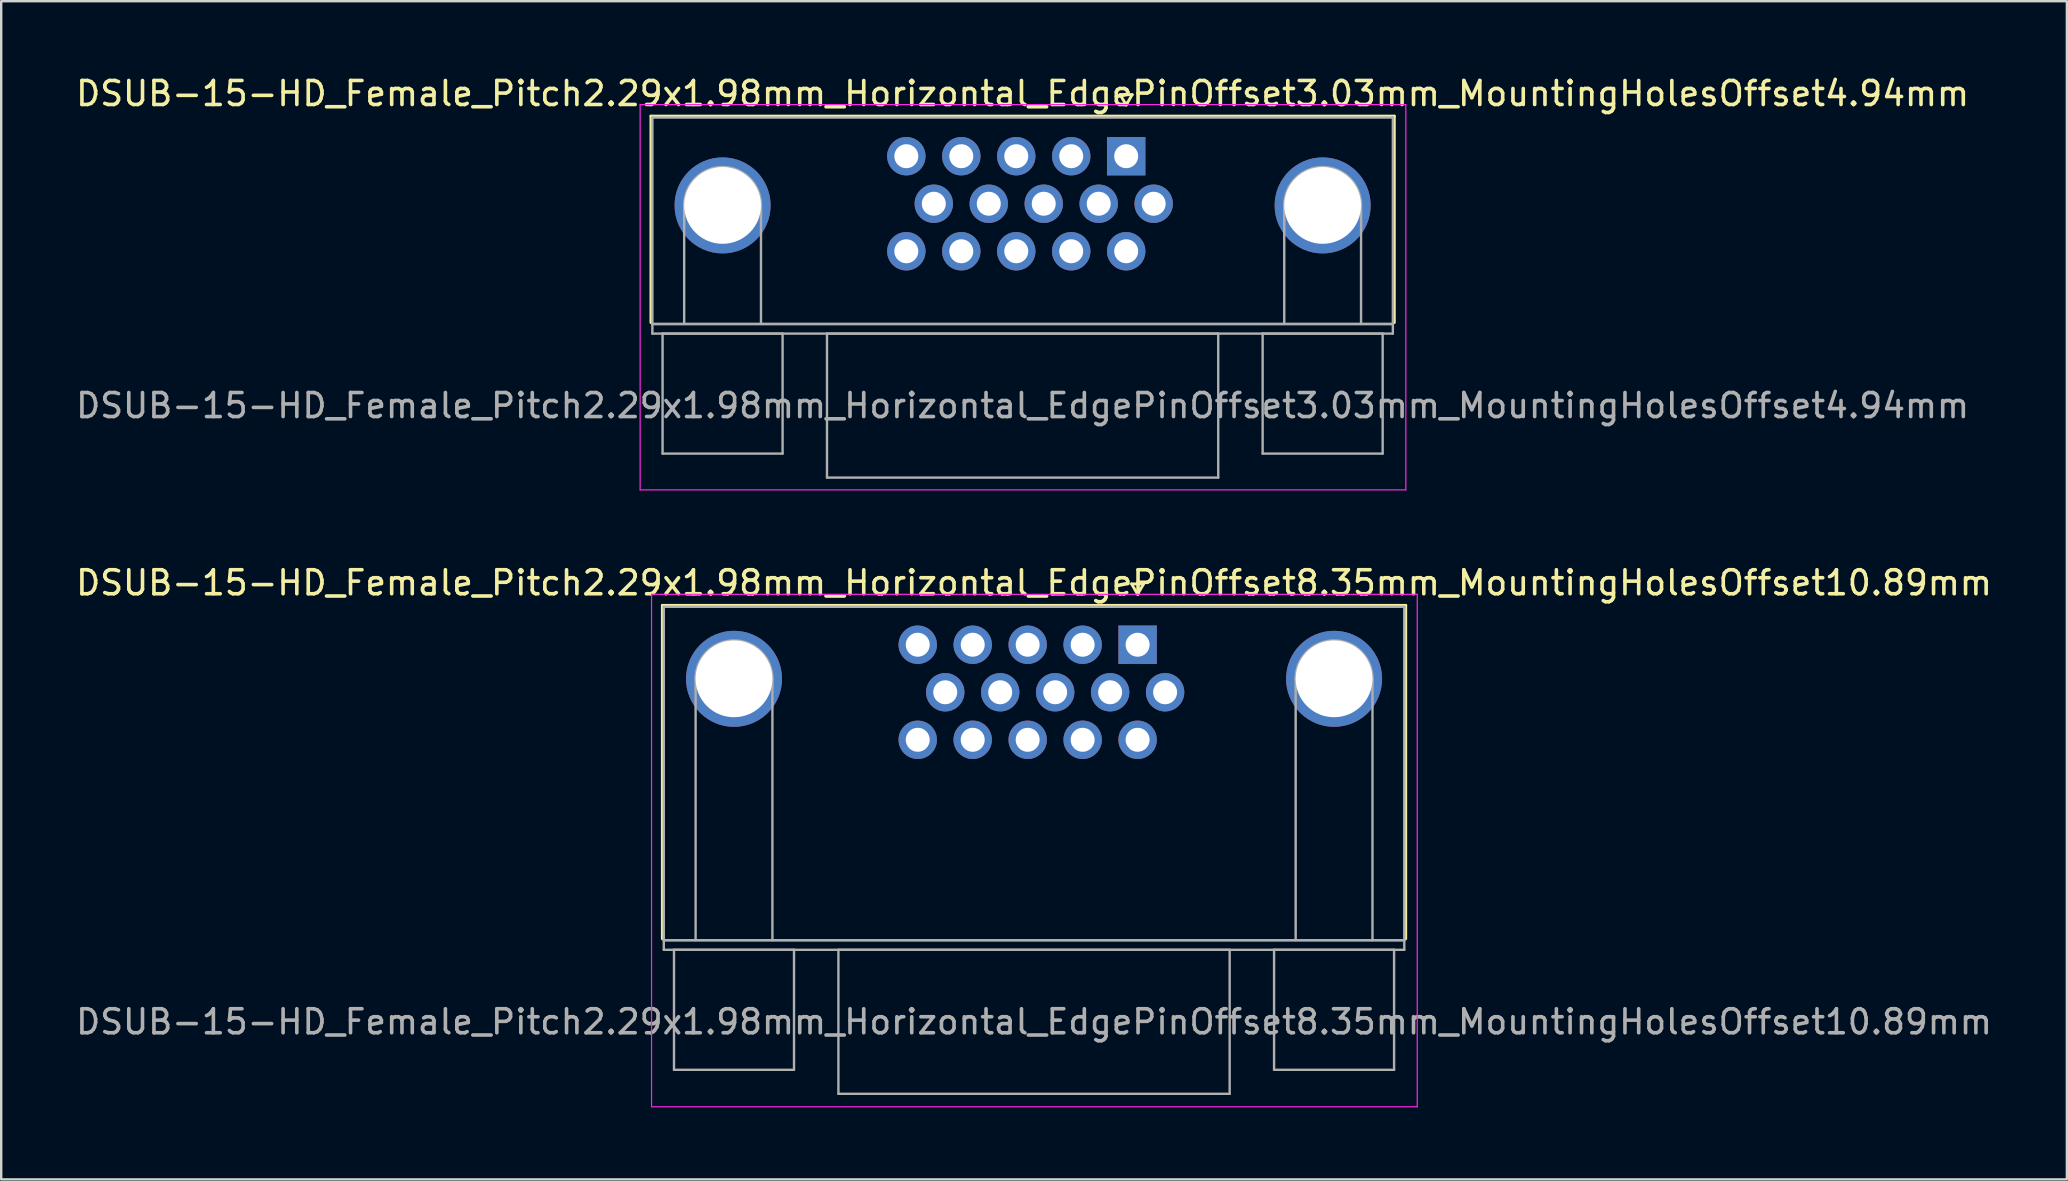
<source format=kicad_pcb>
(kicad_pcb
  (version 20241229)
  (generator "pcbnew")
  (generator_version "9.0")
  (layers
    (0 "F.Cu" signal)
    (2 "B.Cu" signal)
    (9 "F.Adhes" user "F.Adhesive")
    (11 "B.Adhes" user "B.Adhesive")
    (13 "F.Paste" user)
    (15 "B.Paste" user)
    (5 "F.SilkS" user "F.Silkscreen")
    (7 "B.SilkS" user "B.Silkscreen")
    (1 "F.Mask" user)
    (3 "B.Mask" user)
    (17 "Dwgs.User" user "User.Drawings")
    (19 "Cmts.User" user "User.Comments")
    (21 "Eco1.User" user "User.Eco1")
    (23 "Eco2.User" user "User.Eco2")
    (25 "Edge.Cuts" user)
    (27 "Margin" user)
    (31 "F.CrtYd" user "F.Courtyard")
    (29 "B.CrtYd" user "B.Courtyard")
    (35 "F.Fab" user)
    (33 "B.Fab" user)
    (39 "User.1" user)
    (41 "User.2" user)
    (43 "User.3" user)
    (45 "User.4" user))
  (footprint "DSUB-15-HD_Female_Pitch2.29x1.98mm_Horizontal_EdgePinOffset8.35mm_MountingHolesOffset10.89mm"
    (layer "F.Cu")
    (at 44.345 23.811)
    (property "Reference" "DSUB-15-HD_Female_Pitch2.29x1.98mm_Horizontal_EdgePinOffset8.35mm_MountingHolesOffset10.89mm" (at -4.315 -2.58 0) (layer "F.SilkS") (effects (font (size 1 1) (thickness 0.15))))
    (attr through_hole)
    (fp_line (start -19.8 -1.64) (end 11.17 -1.64) (stroke (width 0.12) (type solid)) (layer "F.SilkS"))
    (fp_line (start -19.8 12.25) (end -19.8 -1.64) (stroke (width 0.12) (type solid)) (layer "F.SilkS"))
    (fp_line (start -0.25 -2.534) (end 0.25 -2.534) (stroke (width 0.12) (type solid)) (layer "F.SilkS"))
    (fp_line (start 0 -2.101) (end -0.25 -2.534) (stroke (width 0.12) (type solid)) (layer "F.SilkS"))
    (fp_line (start 0.25 -2.534) (end 0 -2.101) (stroke (width 0.12) (type solid)) (layer "F.SilkS"))
    (fp_line (start 11.17 -1.64) (end 11.17 12.25) (stroke (width 0.12) (type solid)) (layer "F.SilkS"))
    (fp_line (start -20.25 -2.1) (end -20.25 19.25) (stroke (width 0.05) (type solid)) (layer "F.CrtYd"))
    (fp_line (start -20.25 19.25) (end 11.65 19.25) (stroke (width 0.05) (type solid)) (layer "F.CrtYd"))
    (fp_line (start 11.65 -2.1) (end -20.25 -2.1) (stroke (width 0.05) (type solid)) (layer "F.CrtYd"))
    (fp_line (start 11.65 19.25) (end 11.65 -2.1) (stroke (width 0.05) (type solid)) (layer "F.CrtYd"))
    (fp_line (start -19.74 -1.58) (end -19.74 12.31) (stroke (width 0.1) (type solid)) (layer "F.Fab"))
    (fp_line (start -19.74 12.31) (end -19.74 12.71) (stroke (width 0.1) (type solid)) (layer "F.Fab"))
    (fp_line (start -19.74 12.31) (end 11.11 12.31) (stroke (width 0.1) (type solid)) (layer "F.Fab"))
    (fp_line (start -19.74 12.71) (end 11.11 12.71) (stroke (width 0.1) (type solid)) (layer "F.Fab"))
    (fp_line (start -19.315 12.71) (end -19.315 17.71) (stroke (width 0.1) (type solid)) (layer "F.Fab"))
    (fp_line (start -19.315 17.71) (end -14.315 17.71) (stroke (width 0.1) (type solid)) (layer "F.Fab"))
    (fp_line (start -18.415 12.31) (end -18.415 1.42) (stroke (width 0.1) (type solid)) (layer "F.Fab"))
    (fp_line (start -15.215 12.31) (end -15.215 1.42) (stroke (width 0.1) (type solid)) (layer "F.Fab"))
    (fp_line (start -14.315 12.71) (end -19.315 12.71) (stroke (width 0.1) (type solid)) (layer "F.Fab"))
    (fp_line (start -14.315 17.71) (end -14.315 12.71) (stroke (width 0.1) (type solid)) (layer "F.Fab"))
    (fp_line (start -12.465 12.71) (end -12.465 18.71) (stroke (width 0.1) (type solid)) (layer "F.Fab"))
    (fp_line (start -12.465 18.71) (end 3.835 18.71) (stroke (width 0.1) (type solid)) (layer "F.Fab"))
    (fp_line (start 3.835 12.71) (end -12.465 12.71) (stroke (width 0.1) (type solid)) (layer "F.Fab"))
    (fp_line (start 3.835 18.71) (end 3.835 12.71) (stroke (width 0.1) (type solid)) (layer "F.Fab"))
    (fp_line (start 5.685 12.71) (end 5.685 17.71) (stroke (width 0.1) (type solid)) (layer "F.Fab"))
    (fp_line (start 5.685 17.71) (end 10.685 17.71) (stroke (width 0.1) (type solid)) (layer "F.Fab"))
    (fp_line (start 6.585 12.31) (end 6.585 1.42) (stroke (width 0.1) (type solid)) (layer "F.Fab"))
    (fp_line (start 9.785 12.31) (end 9.785 1.42) (stroke (width 0.1) (type solid)) (layer "F.Fab"))
    (fp_line (start 10.685 12.71) (end 5.685 12.71) (stroke (width 0.1) (type solid)) (layer "F.Fab"))
    (fp_line (start 10.685 17.71) (end 10.685 12.71) (stroke (width 0.1) (type solid)) (layer "F.Fab"))
    (fp_line (start 11.11 -1.58) (end -19.74 -1.58) (stroke (width 0.1) (type solid)) (layer "F.Fab"))
    (fp_line (start 11.11 12.31) (end -19.74 12.31) (stroke (width 0.1) (type solid)) (layer "F.Fab"))
    (fp_line (start 11.11 12.31) (end 11.11 -1.58) (stroke (width 0.1) (type solid)) (layer "F.Fab"))
    (fp_line (start 11.11 12.71) (end 11.11 12.31) (stroke (width 0.1) (type solid)) (layer "F.Fab"))
    (fp_arc (start -18.415 1.42) (mid -16.815 -0.18) (end -15.215 1.42) (stroke (width 0.1) (type solid)) (layer "F.Fab"))
    (fp_arc (start 6.585 1.42) (mid 8.185 -0.18) (end 9.785 1.42) (stroke (width 0.1) (type solid)) (layer "F.Fab"))
    (fp_text user "${REFERENCE}" (at -4.315 15.71 0) (layer "F.Fab") (effects (font (size 1 1) (thickness 0.15))))
    (pad "0" thru_hole circle (at -16.815 1.42) (size 4 4) (drill 3.2) (layers "*.Cu" "*.Mask"))
    (pad "0" thru_hole circle (at 8.185 1.42) (size 4 4) (drill 3.2) (layers "*.Cu" "*.Mask"))
    (pad "1" thru_hole rect (at 0 0) (size 1.6 1.6) (drill 1) (layers "*.Cu" "*.Mask"))
    (pad "2" thru_hole circle (at -2.29 0) (size 1.6 1.6) (drill 1) (layers "*.Cu" "*.Mask"))
    (pad "3" thru_hole circle (at -4.58 0) (size 1.6 1.6) (drill 1) (layers "*.Cu" "*.Mask"))
    (pad "4" thru_hole circle (at -6.87 0) (size 1.6 1.6) (drill 1) (layers "*.Cu" "*.Mask"))
    (pad "5" thru_hole circle (at -9.16 0) (size 1.6 1.6) (drill 1) (layers "*.Cu" "*.Mask"))
    (pad "6" thru_hole circle (at 1.145 1.98) (size 1.6 1.6) (drill 1) (layers "*.Cu" "*.Mask"))
    (pad "7" thru_hole circle (at -1.145 1.98) (size 1.6 1.6) (drill 1) (layers "*.Cu" "*.Mask"))
    (pad "8" thru_hole circle (at -3.435 1.98) (size 1.6 1.6) (drill 1) (layers "*.Cu" "*.Mask"))
    (pad "9" thru_hole circle (at -5.725 1.98) (size 1.6 1.6) (drill 1) (layers "*.Cu" "*.Mask"))
    (pad "10" thru_hole circle (at -8.015 1.98) (size 1.6 1.6) (drill 1) (layers "*.Cu" "*.Mask"))
    (pad "11" thru_hole circle (at 0 3.96) (size 1.6 1.6) (drill 1) (layers "*.Cu" "*.Mask"))
    (pad "12" thru_hole circle (at -2.29 3.96) (size 1.6 1.6) (drill 1) (layers "*.Cu" "*.Mask"))
    (pad "13" thru_hole circle (at -4.58 3.96) (size 1.6 1.6) (drill 1) (layers "*.Cu" "*.Mask"))
    (pad "14" thru_hole circle (at -6.87 3.96) (size 1.6 1.6) (drill 1) (layers "*.Cu" "*.Mask"))
    (pad "15" thru_hole circle (at -9.16 3.96) (size 1.6 1.6) (drill 1) (layers "*.Cu" "*.Mask")))
  (footprint "DSUB-15-HD_Female_Pitch2.29x1.98mm_Horizontal_EdgePinOffset3.03mm_MountingHolesOffset4.94mm"
    (layer "F.Cu")
    (at 43.869 3.458)
    (property "Reference" "DSUB-15-HD_Female_Pitch2.29x1.98mm_Horizontal_EdgePinOffset3.03mm_MountingHolesOffset4.94mm" (at -4.315 -2.61 0) (layer "F.SilkS") (effects (font (size 1 1) (thickness 0.15))))
    (attr through_hole)
    (fp_line (start -19.8 -1.67) (end 11.17 -1.67) (stroke (width 0.12) (type solid)) (layer "F.SilkS"))
    (fp_line (start -19.8 6.93) (end -19.8 -1.67) (stroke (width 0.12) (type solid)) (layer "F.SilkS"))
    (fp_line (start -0.25 -2.564) (end 0.25 -2.564) (stroke (width 0.12) (type solid)) (layer "F.SilkS"))
    (fp_line (start 0 -2.131) (end -0.25 -2.564) (stroke (width 0.12) (type solid)) (layer "F.SilkS"))
    (fp_line (start 0.25 -2.564) (end 0 -2.131) (stroke (width 0.12) (type solid)) (layer "F.SilkS"))
    (fp_line (start 11.17 -1.67) (end 11.17 6.93) (stroke (width 0.12) (type solid)) (layer "F.SilkS"))
    (fp_line (start -20.25 -2.15) (end -20.25 13.9) (stroke (width 0.05) (type solid)) (layer "F.CrtYd"))
    (fp_line (start -20.25 13.9) (end 11.65 13.9) (stroke (width 0.05) (type solid)) (layer "F.CrtYd"))
    (fp_line (start 11.65 -2.15) (end -20.25 -2.15) (stroke (width 0.05) (type solid)) (layer "F.CrtYd"))
    (fp_line (start 11.65 13.9) (end 11.65 -2.15) (stroke (width 0.05) (type solid)) (layer "F.CrtYd"))
    (fp_line (start -19.74 -1.61) (end -19.74 6.99) (stroke (width 0.1) (type solid)) (layer "F.Fab"))
    (fp_line (start -19.74 6.99) (end -19.74 7.39) (stroke (width 0.1) (type solid)) (layer "F.Fab"))
    (fp_line (start -19.74 6.99) (end 11.11 6.99) (stroke (width 0.1) (type solid)) (layer "F.Fab"))
    (fp_line (start -19.74 7.39) (end 11.11 7.39) (stroke (width 0.1) (type solid)) (layer "F.Fab"))
    (fp_line (start -19.315 7.39) (end -19.315 12.39) (stroke (width 0.1) (type solid)) (layer "F.Fab"))
    (fp_line (start -19.315 12.39) (end -14.315 12.39) (stroke (width 0.1) (type solid)) (layer "F.Fab"))
    (fp_line (start -18.415 6.99) (end -18.415 2.05) (stroke (width 0.1) (type solid)) (layer "F.Fab"))
    (fp_line (start -15.215 6.99) (end -15.215 2.05) (stroke (width 0.1) (type solid)) (layer "F.Fab"))
    (fp_line (start -14.315 7.39) (end -19.315 7.39) (stroke (width 0.1) (type solid)) (layer "F.Fab"))
    (fp_line (start -14.315 12.39) (end -14.315 7.39) (stroke (width 0.1) (type solid)) (layer "F.Fab"))
    (fp_line (start -12.465 7.39) (end -12.465 13.39) (stroke (width 0.1) (type solid)) (layer "F.Fab"))
    (fp_line (start -12.465 13.39) (end 3.835 13.39) (stroke (width 0.1) (type solid)) (layer "F.Fab"))
    (fp_line (start 3.835 7.39) (end -12.465 7.39) (stroke (width 0.1) (type solid)) (layer "F.Fab"))
    (fp_line (start 3.835 13.39) (end 3.835 7.39) (stroke (width 0.1) (type solid)) (layer "F.Fab"))
    (fp_line (start 5.685 7.39) (end 5.685 12.39) (stroke (width 0.1) (type solid)) (layer "F.Fab"))
    (fp_line (start 5.685 12.39) (end 10.685 12.39) (stroke (width 0.1) (type solid)) (layer "F.Fab"))
    (fp_line (start 6.585 6.99) (end 6.585 2.05) (stroke (width 0.1) (type solid)) (layer "F.Fab"))
    (fp_line (start 9.785 6.99) (end 9.785 2.05) (stroke (width 0.1) (type solid)) (layer "F.Fab"))
    (fp_line (start 10.685 7.39) (end 5.685 7.39) (stroke (width 0.1) (type solid)) (layer "F.Fab"))
    (fp_line (start 10.685 12.39) (end 10.685 7.39) (stroke (width 0.1) (type solid)) (layer "F.Fab"))
    (fp_line (start 11.11 -1.61) (end -19.74 -1.61) (stroke (width 0.1) (type solid)) (layer "F.Fab"))
    (fp_line (start 11.11 6.99) (end -19.74 6.99) (stroke (width 0.1) (type solid)) (layer "F.Fab"))
    (fp_line (start 11.11 6.99) (end 11.11 -1.61) (stroke (width 0.1) (type solid)) (layer "F.Fab"))
    (fp_line (start 11.11 7.39) (end 11.11 6.99) (stroke (width 0.1) (type solid)) (layer "F.Fab"))
    (fp_arc (start -18.415 2.05) (mid -16.815 0.45) (end -15.215 2.05) (stroke (width 0.1) (type solid)) (layer "F.Fab"))
    (fp_arc (start 6.585 2.05) (mid 8.185 0.45) (end 9.785 2.05) (stroke (width 0.1) (type solid)) (layer "F.Fab"))
    (fp_text user "${REFERENCE}" (at -4.315 10.39 0) (layer "F.Fab") (effects (font (size 1 1) (thickness 0.15))))
    (pad "0" thru_hole circle (at -16.815 2.05) (size 4 4) (drill 3.2) (layers "*.Cu" "*.Mask"))
    (pad "0" thru_hole circle (at 8.185 2.05) (size 4 4) (drill 3.2) (layers "*.Cu" "*.Mask"))
    (pad "1" thru_hole rect (at 0 0) (size 1.6 1.6) (drill 1) (layers "*.Cu" "*.Mask"))
    (pad "2" thru_hole circle (at -2.29 0) (size 1.6 1.6) (drill 1) (layers "*.Cu" "*.Mask"))
    (pad "3" thru_hole circle (at -4.58 0) (size 1.6 1.6) (drill 1) (layers "*.Cu" "*.Mask"))
    (pad "4" thru_hole circle (at -6.87 0) (size 1.6 1.6) (drill 1) (layers "*.Cu" "*.Mask"))
    (pad "5" thru_hole circle (at -9.16 0) (size 1.6 1.6) (drill 1) (layers "*.Cu" "*.Mask"))
    (pad "6" thru_hole circle (at 1.145 1.98) (size 1.6 1.6) (drill 1) (layers "*.Cu" "*.Mask"))
    (pad "7" thru_hole circle (at -1.145 1.98) (size 1.6 1.6) (drill 1) (layers "*.Cu" "*.Mask"))
    (pad "8" thru_hole circle (at -3.435 1.98) (size 1.6 1.6) (drill 1) (layers "*.Cu" "*.Mask"))
    (pad "9" thru_hole circle (at -5.725 1.98) (size 1.6 1.6) (drill 1) (layers "*.Cu" "*.Mask"))
    (pad "10" thru_hole circle (at -8.015 1.98) (size 1.6 1.6) (drill 1) (layers "*.Cu" "*.Mask"))
    (pad "11" thru_hole circle (at 0 3.96) (size 1.6 1.6) (drill 1) (layers "*.Cu" "*.Mask"))
    (pad "12" thru_hole circle (at -2.29 3.96) (size 1.6 1.6) (drill 1) (layers "*.Cu" "*.Mask"))
    (pad "13" thru_hole circle (at -4.58 3.96) (size 1.6 1.6) (drill 1) (layers "*.Cu" "*.Mask"))
    (pad "14" thru_hole circle (at -6.87 3.96) (size 1.6 1.6) (drill 1) (layers "*.Cu" "*.Mask"))
    (pad "15" thru_hole circle (at -9.16 3.96) (size 1.6 1.6) (drill 1) (layers "*.Cu" "*.Mask")))
  (gr_rect
    (start -3 -3)
    (end 83.06 46.087)
    (stroke (width 0.1) (type default))
    (fill no)
    (layer "Edge.Cuts")))
</source>
